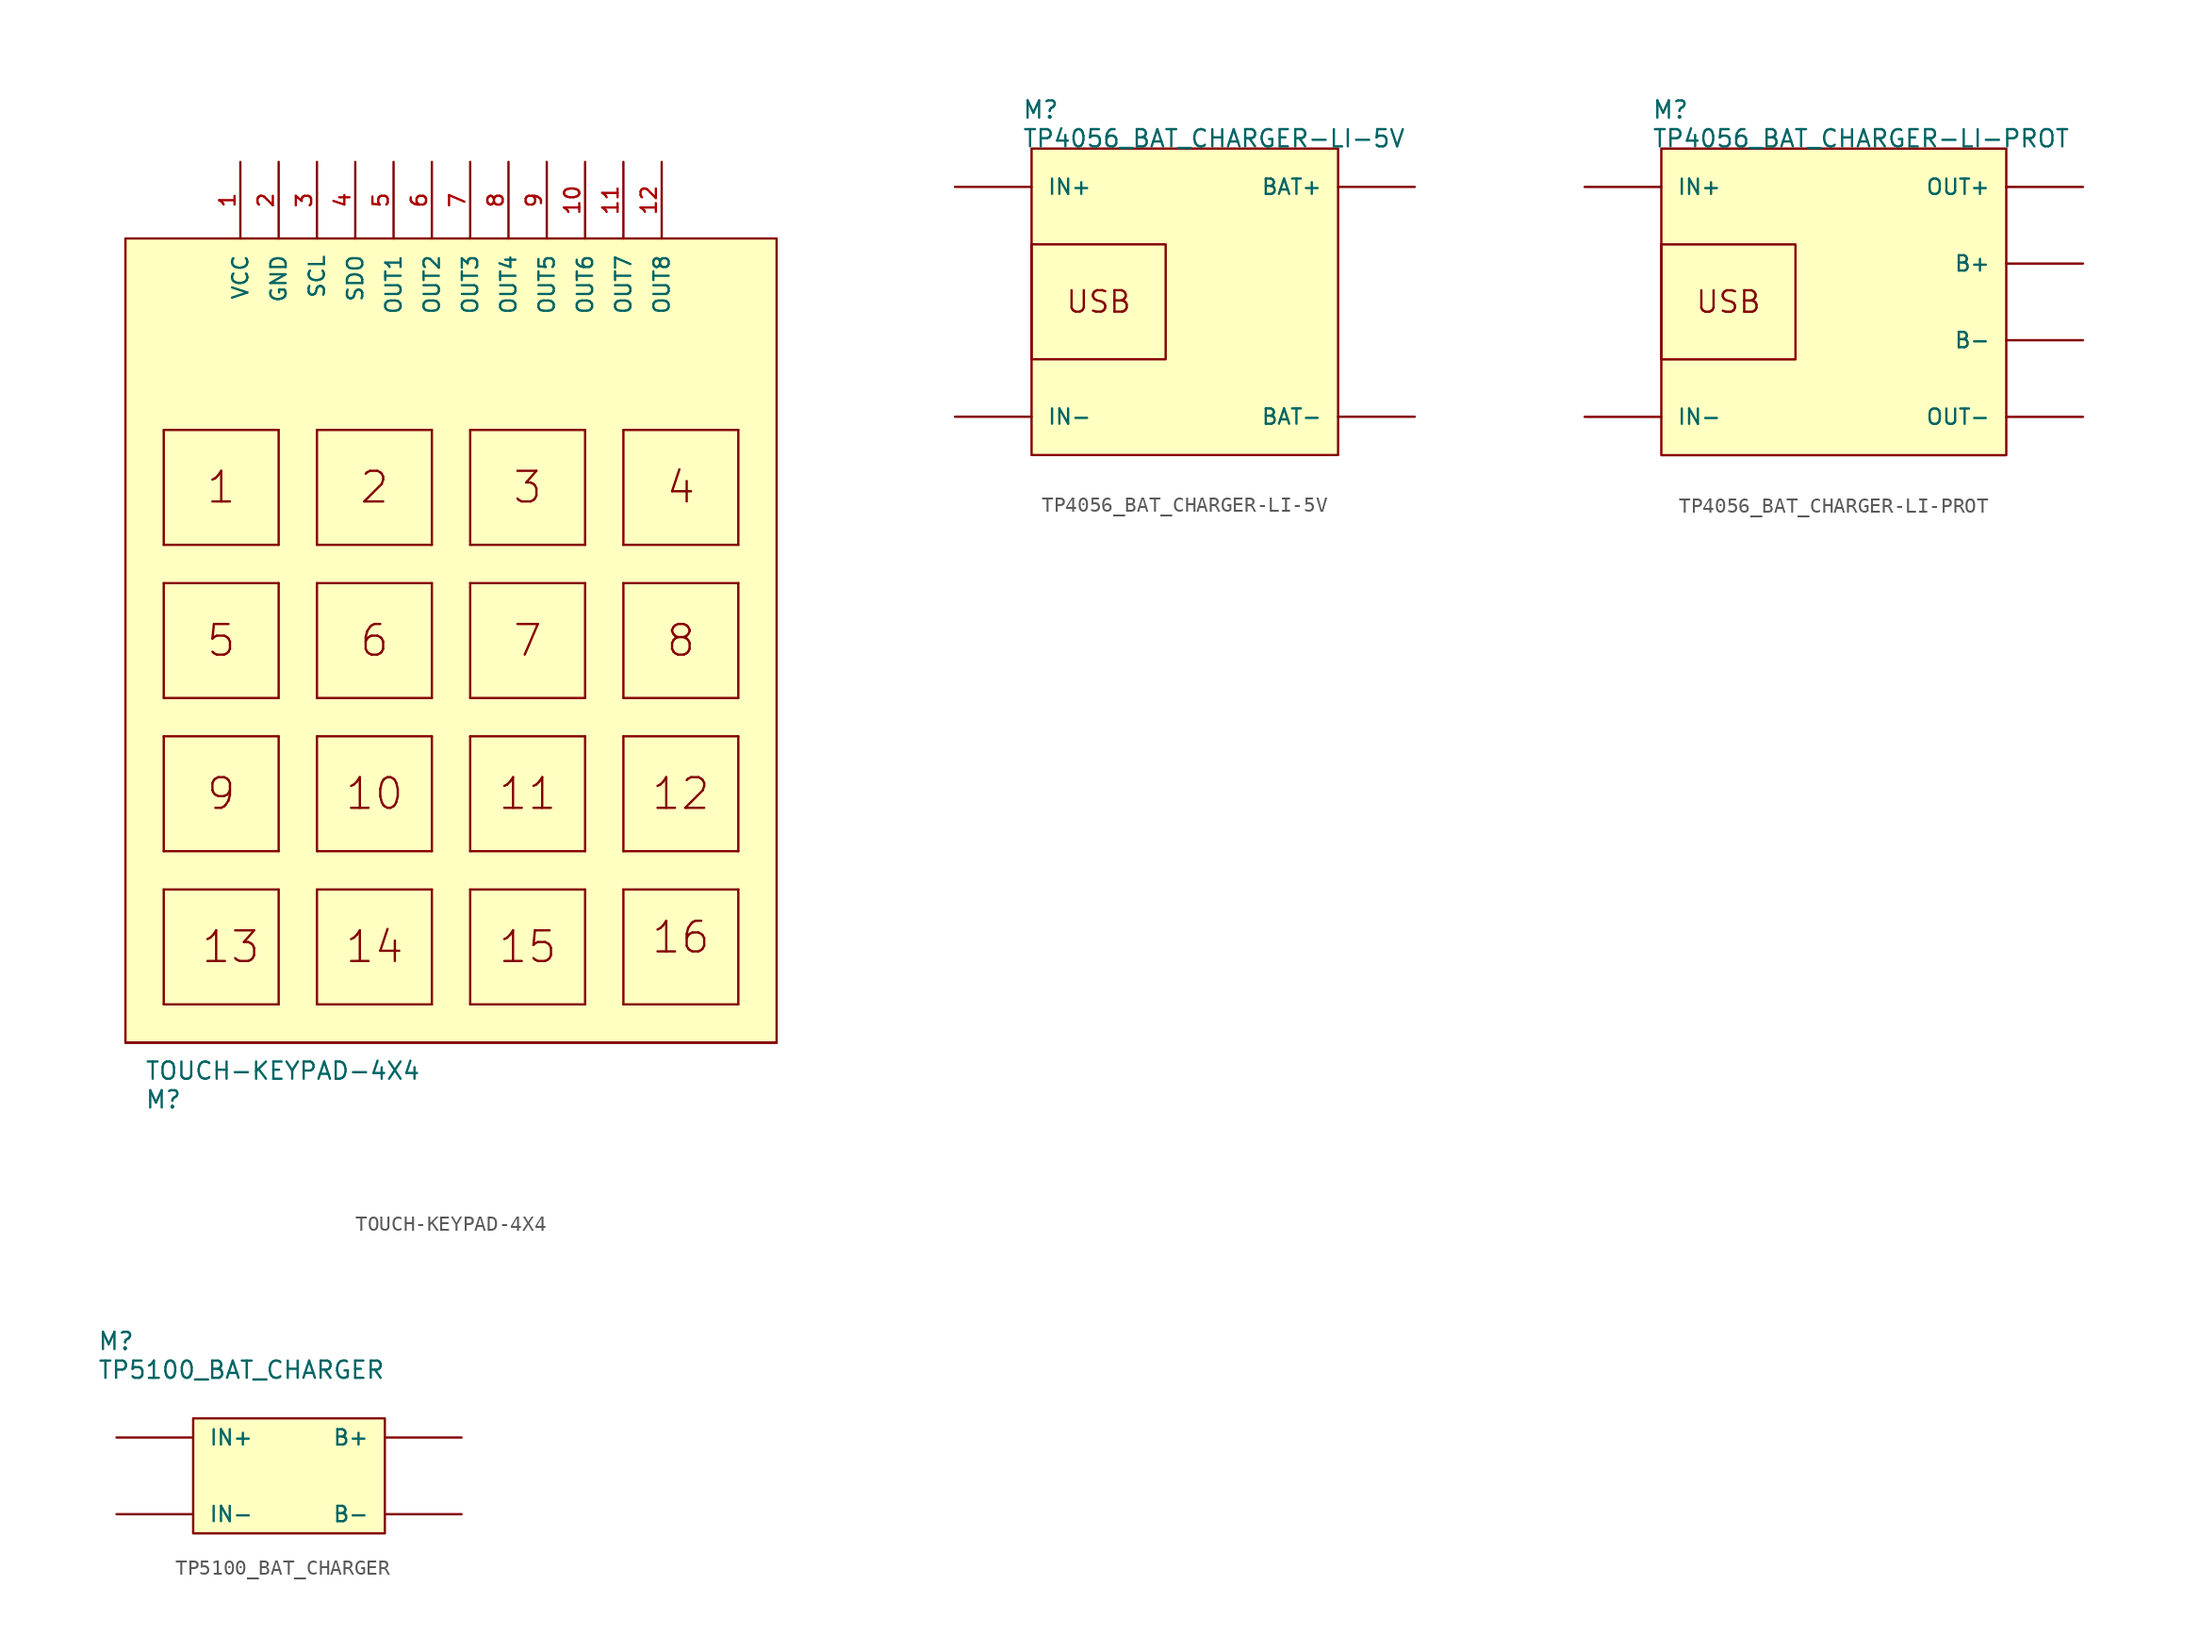
<source format=kicad_sym>
(kicad_symbol_lib
  (version 20231120)
  (generator "kicad_symbol_editor")
  (generator_version "8.0")
  (symbol "TOUCH-KEYPAD-4X4"
    (pin_names
      (offset 1.016))
    (property "Reference" "M"
      (at -21.59 -29.845 0)
      (effects (font (size 1.143 1.143)) (justify left bottom)))
    (property "Value" "TOUCH-KEYPAD-4X4"
      (at -21.59 -27.94 0)
      (effects (font (size 1.143 1.143)) (justify left bottom)))
    (property "ki_locked" ""
      (at 0 0 0)
      (effects (font (size 1.27 1.27))))
    (symbol "TOUCH-KEYPAD-4X4_1_0"
      (polyline (pts (xy -20.32 -22.86) (xy -20.32 -15.24)) (stroke (width 0) (type default)) (fill (type none)))
      (polyline (pts (xy -20.32 -15.24) (xy -12.7 -15.24)) (stroke (width 0) (type default)) (fill (type none)))
      (polyline (pts (xy -20.32 -12.7) (xy -20.32 -5.08)) (stroke (width 0) (type default)) (fill (type none)))
      (polyline (pts (xy -20.32 -5.08) (xy -12.7 -5.08)) (stroke (width 0) (type default)) (fill (type none)))
      (polyline (pts (xy -20.32 -2.54) (xy -20.32 5.08)) (stroke (width 0) (type default)) (fill (type none)))
      (polyline (pts (xy -20.32 5.08) (xy -12.7 5.08)) (stroke (width 0) (type default)) (fill (type none)))
      (polyline (pts (xy -20.32 7.62) (xy -20.32 15.24)) (stroke (width 0) (type default)) (fill (type none)))
      (polyline (pts (xy -20.32 15.24) (xy -12.7 15.24)) (stroke (width 0) (type default)) (fill (type none)))
      (polyline (pts (xy -12.7 -22.86) (xy -20.32 -22.86)) (stroke (width 0) (type default)) (fill (type none)))
      (polyline (pts (xy -12.7 -15.24) (xy -12.7 -22.86)) (stroke (width 0) (type default)) (fill (type none)))
      (polyline (pts (xy -12.7 -12.7) (xy -20.32 -12.7)) (stroke (width 0) (type default)) (fill (type none)))
      (polyline (pts (xy -12.7 -5.08) (xy -12.7 -12.7)) (stroke (width 0) (type default)) (fill (type none)))
      (polyline (pts (xy -12.7 -2.54) (xy -20.32 -2.54)) (stroke (width 0) (type default)) (fill (type none)))
      (polyline (pts (xy -12.7 5.08) (xy -12.7 -2.54)) (stroke (width 0) (type default)) (fill (type none)))
      (polyline (pts (xy -12.7 7.62) (xy -20.32 7.62)) (stroke (width 0) (type default)) (fill (type none)))
      (polyline (pts (xy -12.7 15.24) (xy -12.7 7.62)) (stroke (width 0) (type default)) (fill (type none)))
      (polyline (pts (xy -10.16 -22.86) (xy -10.16 -15.24)) (stroke (width 0) (type default)) (fill (type none)))
      (polyline (pts (xy -10.16 -15.24) (xy -2.54 -15.24)) (stroke (width 0) (type default)) (fill (type none)))
      (polyline (pts (xy -10.16 -12.7) (xy -10.16 -5.08)) (stroke (width 0) (type default)) (fill (type none)))
      (polyline (pts (xy -10.16 -5.08) (xy -2.54 -5.08)) (stroke (width 0) (type default)) (fill (type none)))
      (polyline (pts (xy -10.16 -2.54) (xy -10.16 5.08)) (stroke (width 0) (type default)) (fill (type none)))
      (polyline (pts (xy -10.16 5.08) (xy -2.54 5.08)) (stroke (width 0) (type default)) (fill (type none)))
      (polyline (pts (xy -10.16 7.62) (xy -10.16 15.24)) (stroke (width 0) (type default)) (fill (type none)))
      (polyline (pts (xy -10.16 15.24) (xy -2.54 15.24)) (stroke (width 0) (type default)) (fill (type none)))
      (polyline (pts (xy -2.54 -22.86) (xy -10.16 -22.86)) (stroke (width 0) (type default)) (fill (type none)))
      (polyline (pts (xy -2.54 -15.24) (xy -2.54 -22.86)) (stroke (width 0) (type default)) (fill (type none)))
      (polyline (pts (xy -2.54 -12.7) (xy -10.16 -12.7)) (stroke (width 0) (type default)) (fill (type none)))
      (polyline (pts (xy -2.54 -5.08) (xy -2.54 -12.7)) (stroke (width 0) (type default)) (fill (type none)))
      (polyline (pts (xy -2.54 -2.54) (xy -10.16 -2.54)) (stroke (width 0) (type default)) (fill (type none)))
      (polyline (pts (xy -2.54 5.08) (xy -2.54 -2.54)) (stroke (width 0) (type default)) (fill (type none)))
      (polyline (pts (xy -2.54 7.62) (xy -10.16 7.62)) (stroke (width 0) (type default)) (fill (type none)))
      (polyline (pts (xy -2.54 15.24) (xy -2.54 7.62)) (stroke (width 0) (type default)) (fill (type none)))
      (polyline (pts (xy 0 -22.86) (xy 0 -15.24)) (stroke (width 0) (type default)) (fill (type none)))
      (polyline (pts (xy 0 -15.24) (xy 7.62 -15.24)) (stroke (width 0) (type default)) (fill (type none)))
      (polyline (pts (xy 0 -12.7) (xy 0 -5.08)) (stroke (width 0) (type default)) (fill (type none)))
      (polyline (pts (xy 0 -5.08) (xy 7.62 -5.08)) (stroke (width 0) (type default)) (fill (type none)))
      (polyline (pts (xy 0 -2.54) (xy 0 5.08)) (stroke (width 0) (type default)) (fill (type none)))
      (polyline (pts (xy 0 5.08) (xy 7.62 5.08)) (stroke (width 0) (type default)) (fill (type none)))
      (polyline (pts (xy 0 7.62) (xy 0 15.24)) (stroke (width 0) (type default)) (fill (type none)))
      (polyline (pts (xy 0 15.24) (xy 7.62 15.24)) (stroke (width 0) (type default)) (fill (type none)))
      (polyline (pts (xy 7.62 -22.86) (xy 0 -22.86)) (stroke (width 0) (type default)) (fill (type none)))
      (polyline (pts (xy 7.62 -15.24) (xy 7.62 -22.86)) (stroke (width 0) (type default)) (fill (type none)))
      (polyline (pts (xy 7.62 -12.7) (xy 0 -12.7)) (stroke (width 0) (type default)) (fill (type none)))
      (polyline (pts (xy 7.62 -5.08) (xy 7.62 -12.7)) (stroke (width 0) (type default)) (fill (type none)))
      (polyline (pts (xy 7.62 -2.54) (xy 0 -2.54)) (stroke (width 0) (type default)) (fill (type none)))
      (polyline (pts (xy 7.62 5.08) (xy 7.62 -2.54)) (stroke (width 0) (type default)) (fill (type none)))
      (polyline (pts (xy 7.62 7.62) (xy 0 7.62)) (stroke (width 0) (type default)) (fill (type none)))
      (polyline (pts (xy 7.62 15.24) (xy 7.62 7.62)) (stroke (width 0) (type default)) (fill (type none)))
      (polyline (pts (xy 10.16 -22.86) (xy 10.16 -15.24)) (stroke (width 0) (type default)) (fill (type none)))
      (polyline (pts (xy 10.16 -15.24) (xy 17.78 -15.24)) (stroke (width 0) (type default)) (fill (type none)))
      (polyline (pts (xy 10.16 -12.7) (xy 10.16 -5.08)) (stroke (width 0) (type default)) (fill (type none)))
      (polyline (pts (xy 10.16 -5.08) (xy 17.78 -5.08)) (stroke (width 0) (type default)) (fill (type none)))
      (polyline (pts (xy 10.16 -2.54) (xy 10.16 5.08)) (stroke (width 0) (type default)) (fill (type none)))
      (polyline (pts (xy 10.16 5.08) (xy 17.78 5.08)) (stroke (width 0) (type default)) (fill (type none)))
      (polyline (pts (xy 10.16 7.62) (xy 10.16 15.24)) (stroke (width 0) (type default)) (fill (type none)))
      (polyline (pts (xy 10.16 15.24) (xy 17.78 15.24)) (stroke (width 0) (type default)) (fill (type none)))
      (polyline (pts (xy 17.78 -22.86) (xy 10.16 -22.86)) (stroke (width 0) (type default)) (fill (type none)))
      (polyline (pts (xy 17.78 -15.24) (xy 17.78 -22.86)) (stroke (width 0) (type default)) (fill (type none)))
      (polyline (pts (xy 17.78 -12.7) (xy 10.16 -12.7)) (stroke (width 0) (type default)) (fill (type none)))
      (polyline (pts (xy 17.78 -5.08) (xy 17.78 -12.7)) (stroke (width 0) (type default)) (fill (type none)))
      (polyline (pts (xy 17.78 -2.54) (xy 10.16 -2.54)) (stroke (width 0) (type default)) (fill (type none)))
      (polyline (pts (xy 17.78 5.08) (xy 17.78 -2.54)) (stroke (width 0) (type default)) (fill (type none)))
      (polyline (pts (xy 17.78 7.62) (xy 10.16 7.62)) (stroke (width 0) (type default)) (fill (type none)))
      (polyline (pts (xy 17.78 15.24) (xy 17.78 7.62)) (stroke (width 0) (type default)) (fill (type none)))
      (polyline (pts (xy 20.32 -25.4) (xy -22.86 -25.4)) (stroke (width 0) (type default)) (fill (type none)))
      (text "1" (at -16.51 11.43 0) (effects (font (size 2.032 2.032))))
      (text "10" (at -6.35 -8.89 0) (effects (font (size 2.032 2.032))))
      (text "11" (at 3.81 -8.89 0) (effects (font (size 2.032 2.032))))
      (text "12" (at 13.97 -8.89 0) (effects (font (size 2.032 2.032))))
      (text "13" (at -15.875 -19.05 0) (effects (font (size 2.032 2.032))))
      (text "14" (at -6.35 -19.05 0) (effects (font (size 2.032 2.032))))
      (text "15" (at 3.81 -19.05 0) (effects (font (size 2.032 2.032))))
      (text "16" (at 13.97 -18.415 0) (effects (font (size 2.032 2.032))))
      (text "2" (at -6.35 11.43 0) (effects (font (size 2.032 2.032))))
      (text "3" (at 3.81 11.43 0) (effects (font (size 2.032 2.032))))
      (text "4" (at 13.97 11.43 0) (effects (font (size 2.032 2.032))))
      (text "5" (at -16.51 1.27 0) (effects (font (size 2.032 2.032))))
      (text "6" (at -6.35 1.27 0) (effects (font (size 2.032 2.032))))
      (text "7" (at 3.81 1.27 0) (effects (font (size 2.032 2.032))))
      (text "8" (at 13.97 1.27 0) (effects (font (size 2.032 2.032))))
      (text "9" (at -16.51 -8.89 0) (effects (font (size 2.032 2.032)))))
    (symbol "TOUCH-KEYPAD-4X4_1_1"
      (rectangle (start -22.86 -25.4) (end 20.32 27.94) (stroke (width 0) (type default)) (fill (type background)))
      (pin power_in line (at -15.24 33.02 270) (length 5.08) (name "VCC" (effects (font (size 1.016 1.016)))) (number "1" (effects (font (size 1.016 1.016)))))
      (pin bidirectional line (at 7.62 33.02 270) (length 5.08) (name "OUT6" (effects (font (size 1.016 1.016)))) (number "10" (effects (font (size 1.016 1.016)))))
      (pin bidirectional line (at 10.16 33.02 270) (length 5.08) (name "OUT7" (effects (font (size 1.016 1.016)))) (number "11" (effects (font (size 1.016 1.016)))))
      (pin bidirectional line (at 12.7 33.02 270) (length 5.08) (name "OUT8" (effects (font (size 1.016 1.016)))) (number "12" (effects (font (size 1.016 1.016)))))
      (pin power_in line (at -12.7 33.02 270) (length 5.08) (name "GND" (effects (font (size 1.016 1.016)))) (number "2" (effects (font (size 1.016 1.016)))))
      (pin bidirectional line (at -10.16 33.02 270) (length 5.08) (name "SCL" (effects (font (size 1.016 1.016)))) (number "3" (effects (font (size 1.016 1.016)))))
      (pin bidirectional line (at -7.62 33.02 270) (length 5.08) (name "SDO" (effects (font (size 1.016 1.016)))) (number "4" (effects (font (size 1.016 1.016)))))
      (pin bidirectional line (at -5.08 33.02 270) (length 5.08) (name "OUT1" (effects (font (size 1.016 1.016)))) (number "5" (effects (font (size 1.016 1.016)))))
      (pin bidirectional line (at -2.54 33.02 270) (length 5.08) (name "OUT2" (effects (font (size 1.016 1.016)))) (number "6" (effects (font (size 1.016 1.016)))))
      (pin bidirectional line (at 0 33.02 270) (length 5.08) (name "OUT3" (effects (font (size 1.016 1.016)))) (number "7" (effects (font (size 1.016 1.016)))))
      (pin bidirectional line (at 2.54 33.02 270) (length 5.08) (name "OUT4" (effects (font (size 1.016 1.016)))) (number "8" (effects (font (size 1.016 1.016)))))
      (pin bidirectional line (at 5.08 33.02 270) (length 5.08) (name "OUT5" (effects (font (size 1.016 1.016)))) (number "9" (effects (font (size 1.016 1.016)))))))
  (symbol "TP4056_BAT_CHARGER-LI-5V"
    (pin_numbers hide)
    (pin_names
      (offset 1.016))
    (property "Reference" "M"
      (at -10.795 12.065 0)
      (effects (font (size 1.143 1.143)) (justify left bottom)))
    (property "Value" "TP4056_BAT_CHARGER-LI-5V"
      (at -10.795 10.16 0)
      (effects (font (size 1.143 1.143)) (justify left bottom)))
    (symbol "TP4056_BAT_CHARGER-LI-5V_1_0"
      (text "USB" (at -5.715 0 0) (effects (font (size 1.422 1.422)))))
    (symbol "TP4056_BAT_CHARGER-LI-5V_1_1"
      (rectangle (start -10.16 10.16) (end 10.16 -10.16) (stroke (width 0) (type default)) (fill (type background)))
      (rectangle (start -1.27 -3.81) (end -10.16 3.81) (stroke (width 0) (type default)) (fill (type none)))
      (pin bidirectional line (at 15.24 7.62 180) (length 5.08) (name "BAT+" (effects (font (size 1.016 1.016)))) (number "BAT+" (effects (font (size 1.016 1.016)))))
      (pin bidirectional line (at 15.24 -7.62 180) (length 5.08) (name "BAT-" (effects (font (size 1.016 1.016)))) (number "BAT-" (effects (font (size 1.016 1.016)))))
      (pin bidirectional line (at -15.24 7.62 0) (length 5.08) (name "IN+" (effects (font (size 1.016 1.016)))) (number "IN+" (effects (font (size 1.016 1.016)))))
      (pin bidirectional line (at -15.24 -7.62 0) (length 5.08) (name "IN-" (effects (font (size 1.016 1.016)))) (number "IN-" (effects (font (size 1.016 1.016)))))))
  (symbol "TP4056_BAT_CHARGER-LI-PROT"
    (pin_numbers hide)
    (pin_names
      (offset 1.016))
    (property "Reference" "M"
      (at -12.065 12.065 0)
      (effects (font (size 1.143 1.143)) (justify left bottom)))
    (property "Value" "TP4056_BAT_CHARGER-LI-PROT"
      (at -12.065 10.16 0)
      (effects (font (size 1.143 1.143)) (justify left bottom)))
    (symbol "TP4056_BAT_CHARGER-LI-PROT_1_0"
      (text "USB" (at -6.985 0 0) (effects (font (size 1.422 1.422)))))
    (symbol "TP4056_BAT_CHARGER-LI-PROT_1_1"
      (rectangle (start -11.43 10.16) (end 11.43 -10.16) (stroke (width 0) (type default)) (fill (type background)))
      (rectangle (start -2.54 3.81) (end -11.43 -3.81) (stroke (width 0) (type default)) (fill (type none)))
      (pin bidirectional line (at 16.51 2.54 180) (length 5.08) (name "B+" (effects (font (size 1.016 1.016)))) (number "B+" (effects (font (size 1.016 1.016)))))
      (pin bidirectional line (at 16.51 -2.54 180) (length 5.08) (name "B-" (effects (font (size 1.016 1.016)))) (number "B-" (effects (font (size 1.016 1.016)))))
      (pin bidirectional line (at -16.51 7.62 0) (length 5.08) (name "IN+" (effects (font (size 1.016 1.016)))) (number "IN+" (effects (font (size 1.016 1.016)))))
      (pin bidirectional line (at -16.51 -7.62 0) (length 5.08) (name "IN-" (effects (font (size 1.016 1.016)))) (number "IN-" (effects (font (size 1.016 1.016)))))
      (pin bidirectional line (at 16.51 7.62 180) (length 5.08) (name "OUT+" (effects (font (size 1.016 1.016)))) (number "OUT+" (effects (font (size 1.016 1.016)))))
      (pin bidirectional line (at 16.51 -7.62 180) (length 5.08) (name "OUT-" (effects (font (size 1.016 1.016)))) (number "OUT-" (effects (font (size 1.016 1.016)))))))
  (symbol "TP5100_BAT_CHARGER"
    (pin_numbers hide)
    (pin_names
      (offset 1.016))
    (property "Reference" "M"
      (at -12.7 8.255 0)
      (effects (font (size 1.143 1.143)) (justify left bottom)))
    (property "Value" "TP5100_BAT_CHARGER"
      (at -12.7 6.35 0)
      (effects (font (size 1.143 1.143)) (justify left bottom)))
    (property "ki_locked" ""
      (at 0 0 0)
      (effects (font (size 1.27 1.27))))
    (symbol "TP5100_BAT_CHARGER_1_1"
      (rectangle (start -6.35 3.81) (end 6.35 -3.81) (stroke (width 0) (type default)) (fill (type background)))
      (pin power_out line (at 11.43 2.54 180) (length 5.08) (name "B+" (effects (font (size 1.016 1.016)))) (number "B+" (effects (font (size 1.016 1.016)))))
      (pin power_out line (at 11.43 -2.54 180) (length 5.08) (name "B-" (effects (font (size 1.016 1.016)))) (number "B-" (effects (font (size 1.016 1.016)))))
      (pin power_in line (at -11.43 2.54 0) (length 5.08) (name "IN+" (effects (font (size 1.016 1.016)))) (number "IN+" (effects (font (size 1.016 1.016)))))
      (pin power_in line (at -11.43 -2.54 0) (length 5.08) (name "IN-" (effects (font (size 1.016 1.016)))) (number "IN-" (effects (font (size 1.016 1.016))))))))
</source>
